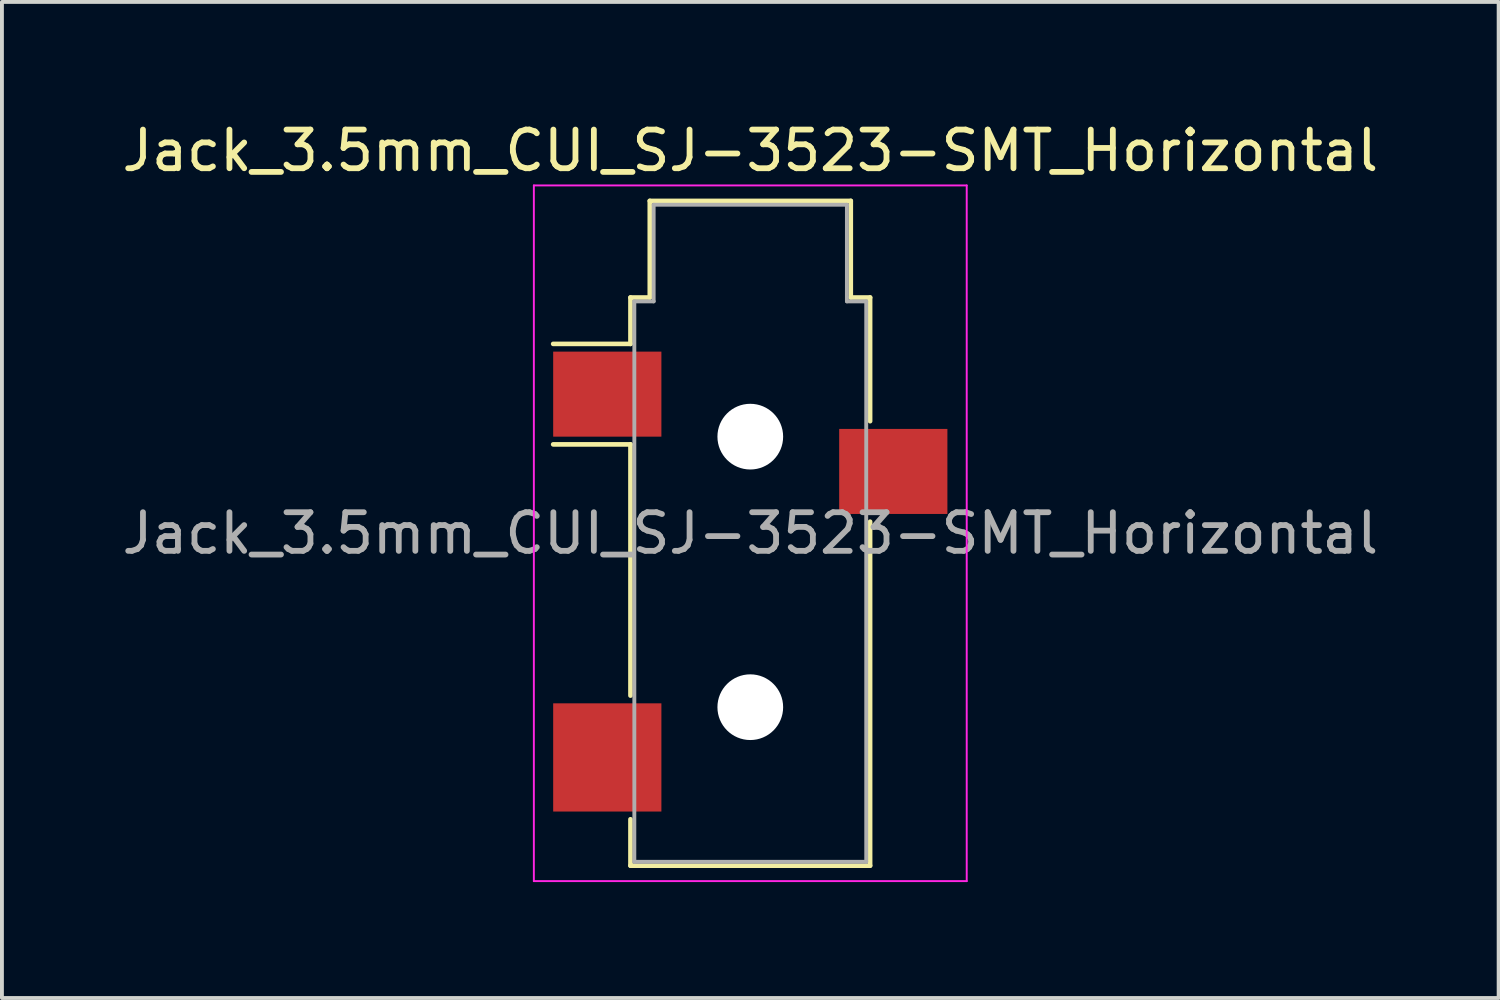
<source format=kicad_pcb>
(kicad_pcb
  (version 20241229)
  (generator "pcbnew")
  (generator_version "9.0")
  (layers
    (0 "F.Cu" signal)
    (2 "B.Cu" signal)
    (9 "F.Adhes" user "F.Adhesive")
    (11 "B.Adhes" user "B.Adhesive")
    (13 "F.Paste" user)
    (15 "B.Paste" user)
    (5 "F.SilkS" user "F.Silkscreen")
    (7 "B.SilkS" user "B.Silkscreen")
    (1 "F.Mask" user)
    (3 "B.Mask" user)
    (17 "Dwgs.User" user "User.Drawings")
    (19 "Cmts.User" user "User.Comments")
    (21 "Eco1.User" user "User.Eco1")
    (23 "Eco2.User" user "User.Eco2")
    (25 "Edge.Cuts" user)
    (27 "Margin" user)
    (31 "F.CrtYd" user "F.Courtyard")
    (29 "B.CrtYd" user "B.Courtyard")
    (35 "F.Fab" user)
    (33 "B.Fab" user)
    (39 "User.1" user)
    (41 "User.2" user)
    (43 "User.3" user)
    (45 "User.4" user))
  (footprint "Jack_3.5mm_CUI_SJ-3523-SMT_Horizontal"
    (layer "F.Cu")
    (at 16.363 10.748)
    (property "Reference" "Jack_3.5mm_CUI_SJ-3523-SMT_Horizontal" (at 0 -9.9 0) (layer "F.SilkS") (effects (font (size 1 1) (thickness 0.15))))
    (attr smd)
    (fp_line (start -3.1 -6.1) (end -2.6 -6.1) (stroke (width 0.12) (type solid)) (layer "F.SilkS"))
    (fp_line (start -3.1 -4.9) (end -5.1 -4.9) (stroke (width 0.12) (type solid)) (layer "F.SilkS"))
    (fp_line (start -3.1 -4.9) (end -3.1 -6.1) (stroke (width 0.12) (type solid)) (layer "F.SilkS"))
    (fp_line (start -3.1 -2.3) (end -5.1 -2.3) (stroke (width 0.12) (type solid)) (layer "F.SilkS"))
    (fp_line (start -3.1 4.2) (end -3.1 -2.3) (stroke (width 0.12) (type solid)) (layer "F.SilkS"))
    (fp_line (start -3.1 8.6) (end -3.1 7.4) (stroke (width 0.12) (type solid)) (layer "F.SilkS"))
    (fp_line (start -2.6 -8.6) (end 2.6 -8.6) (stroke (width 0.12) (type solid)) (layer "F.SilkS"))
    (fp_line (start -2.6 -6.1) (end -2.6 -8.6) (stroke (width 0.12) (type solid)) (layer "F.SilkS"))
    (fp_line (start 2.6 -8.6) (end 2.6 -6.1) (stroke (width 0.12) (type solid)) (layer "F.SilkS"))
    (fp_line (start 2.6 -6.1) (end 3.1 -6.1) (stroke (width 0.12) (type solid)) (layer "F.SilkS"))
    (fp_line (start 3.1 -6.1) (end 3.1 -2.9) (stroke (width 0.12) (type solid)) (layer "F.SilkS"))
    (fp_line (start 3.1 -0.3) (end 3.1 8.6) (stroke (width 0.12) (type solid)) (layer "F.SilkS"))
    (fp_line (start 3.1 8.6) (end -3.1 8.6) (stroke (width 0.12) (type solid)) (layer "F.SilkS"))
    (fp_line (start -5.6 -9) (end 5.6 -9) (stroke (width 0.05) (type solid)) (layer "F.CrtYd"))
    (fp_line (start -5.6 9) (end -5.6 -9) (stroke (width 0.05) (type solid)) (layer "F.CrtYd"))
    (fp_line (start 5.6 -9) (end 5.6 9) (stroke (width 0.05) (type solid)) (layer "F.CrtYd"))
    (fp_line (start 5.6 9) (end -5.6 9) (stroke (width 0.05) (type solid)) (layer "F.CrtYd"))
    (fp_line (start -3 -6) (end -2.5 -6) (stroke (width 0.1) (type solid)) (layer "F.Fab"))
    (fp_line (start -3 8.5) (end -3 -6) (stroke (width 0.1) (type solid)) (layer "F.Fab"))
    (fp_line (start -2.5 -8.5) (end 2.5 -8.5) (stroke (width 0.1) (type solid)) (layer "F.Fab"))
    (fp_line (start -2.5 -6) (end -2.5 -8.5) (stroke (width 0.1) (type solid)) (layer "F.Fab"))
    (fp_line (start 2.5 -8.5) (end 2.5 -6) (stroke (width 0.1) (type solid)) (layer "F.Fab"))
    (fp_line (start 2.5 -6) (end 3 -6) (stroke (width 0.1) (type solid)) (layer "F.Fab"))
    (fp_line (start 3 -6) (end 3 8.5) (stroke (width 0.1) (type solid)) (layer "F.Fab"))
    (fp_line (start 3 8.5) (end -3 8.5) (stroke (width 0.1) (type solid)) (layer "F.Fab"))
    (fp_text user "${REFERENCE}" (at 0 0 0) (layer "F.Fab") (effects (font (size 1 1) (thickness 0.15))))
    (pad "" np_thru_hole circle (at 0 -2.5) (size 1.7 1.7) (drill 1.7) (layers "*.Cu" "*.Mask"))
    (pad "" np_thru_hole circle (at 0 4.5) (size 1.7 1.7) (drill 1.7) (layers "*.Cu" "*.Mask"))
    (pad "1" smd rect (at -3.7 -3.6) (size 2.8 2.2) (layers "F.Cu" "F.Mask" "F.Paste"))
    (pad "2" smd rect (at -3.7 5.8) (size 2.8 2.8) (layers "F.Cu" "F.Mask" "F.Paste"))
    (pad "3" smd rect (at 3.7 -1.6) (size 2.8 2.2) (layers "F.Cu" "F.Mask" "F.Paste")))
  (gr_rect
    (start -3 -3)
    (end 35.726 22.773)
    (stroke (width 0.1) (type default))
    (fill no)
    (layer "Edge.Cuts")))
</source>
